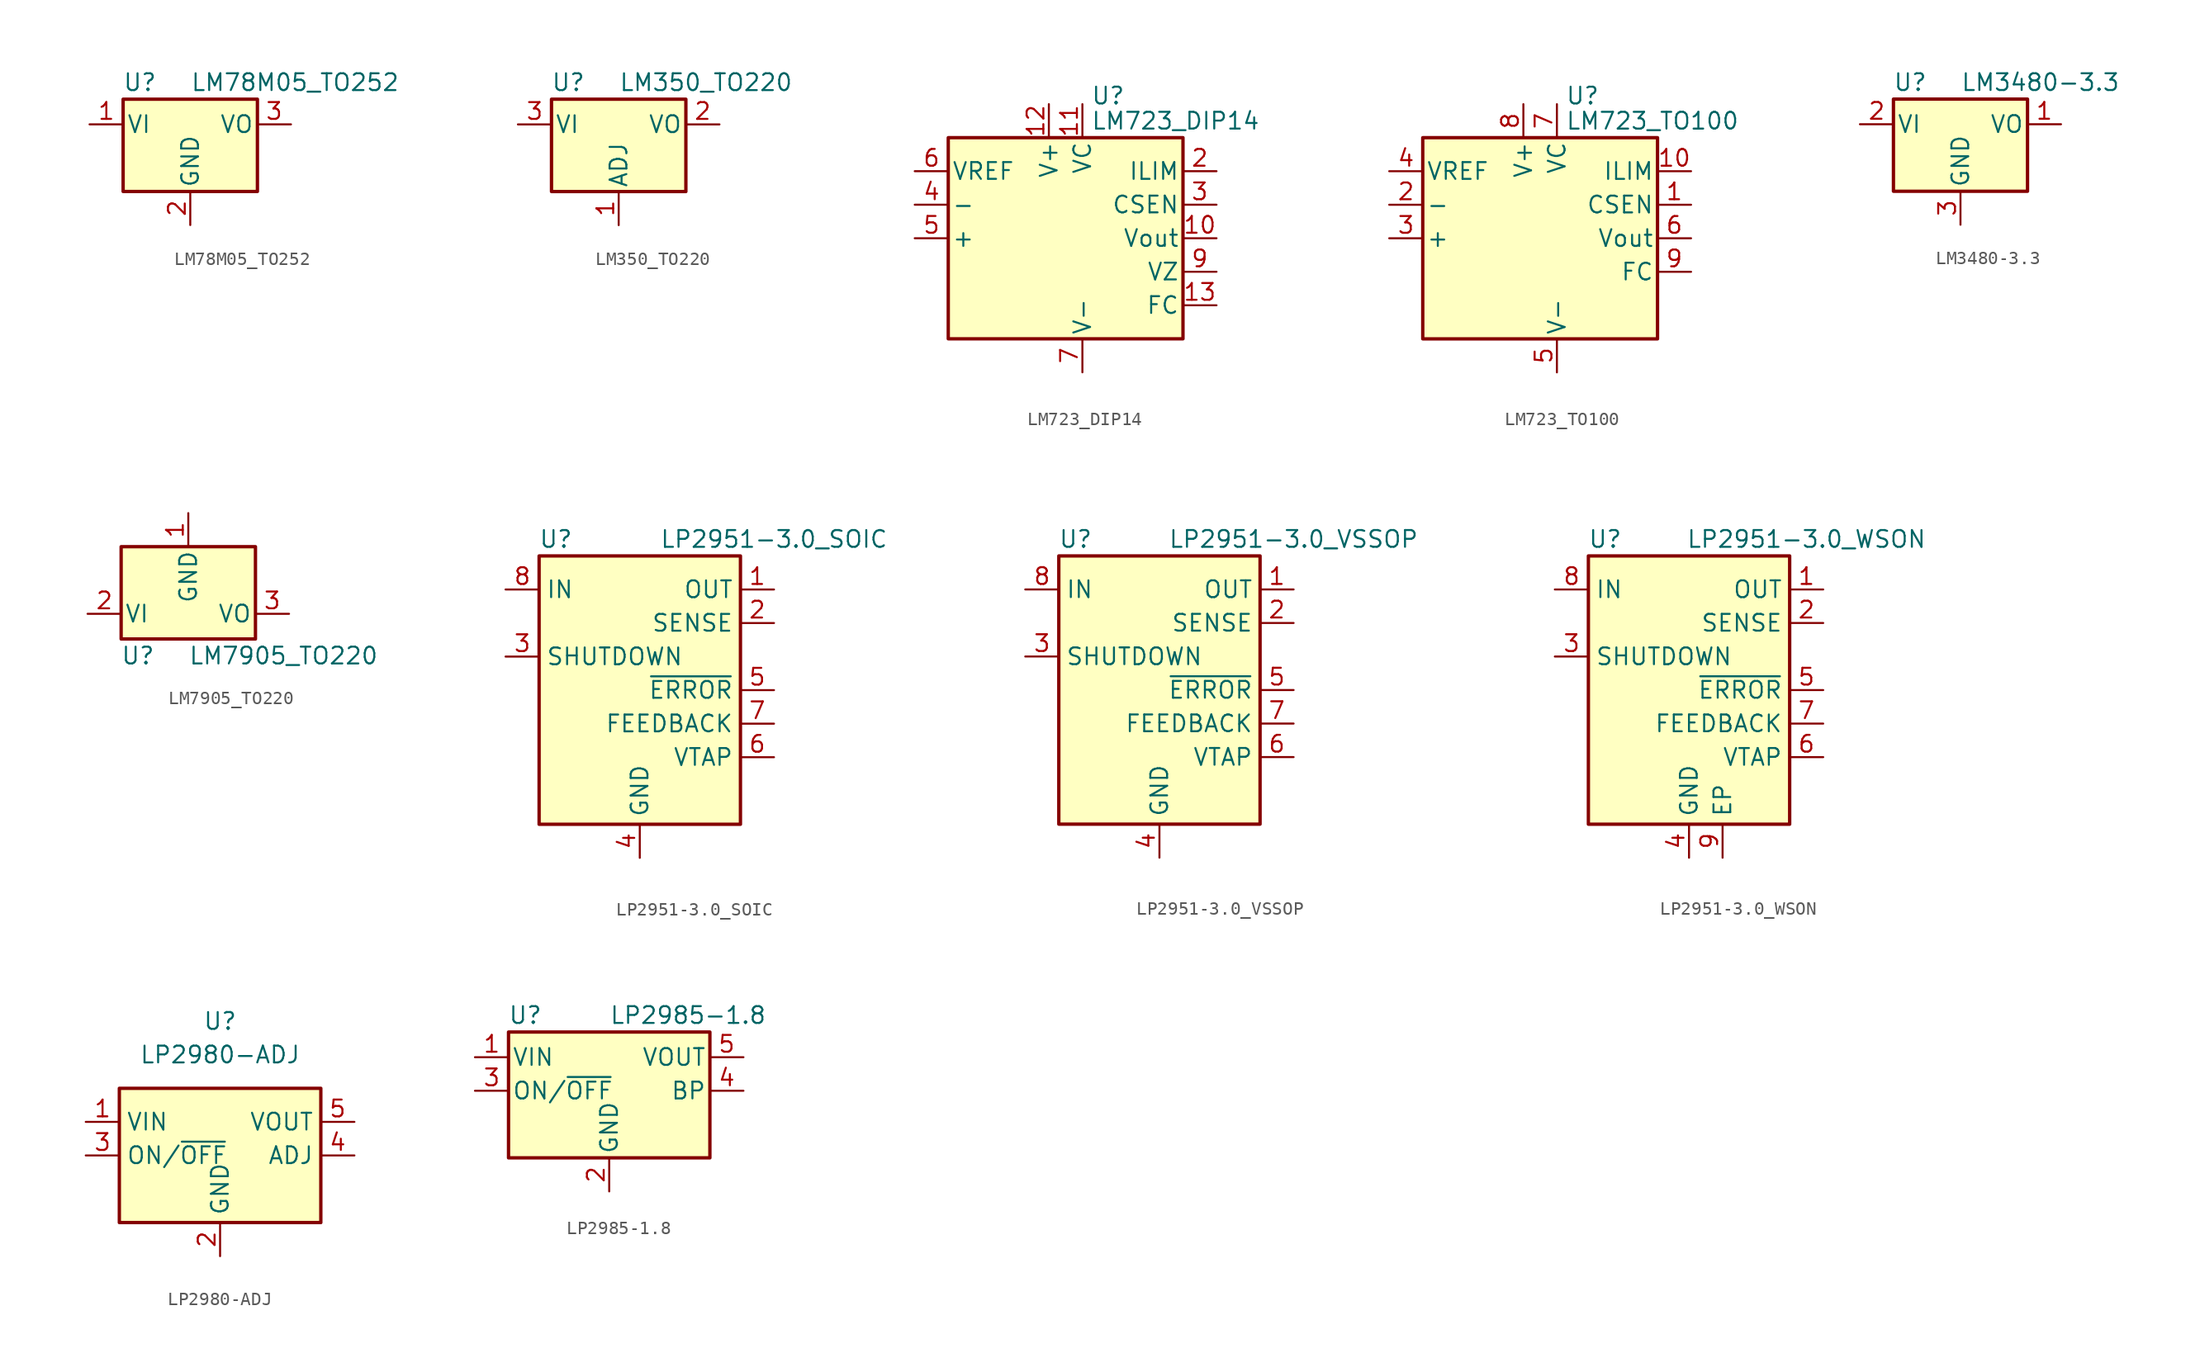
<source format=kicad_sym>
(kicad_symbol_lib
  (version 20211014)
  (generator kicad_symbol_editor)
  (symbol "LM78M05_TO252"
    (pin_names
      (offset 0.254))
    (property "Reference" "U"
      (at -3.81 3.175 0)
      (effects (font (size 1.27 1.27))))
    (property "Value" "LM78M05_TO252"
      (at 0 3.175 0)
      (effects (font (size 1.27 1.27)) (justify left)))
    (symbol "LM78M05_TO252_0_1"
      (rectangle (start -5.08 1.905) (end 5.08 -5.08) (stroke (width 0.254) (type default) (color 0 0 0 0)) (fill (type background))))
    (symbol "LM78M05_TO252_1_1"
      (pin power_in line (at -7.62 0 0) (length 2.54) (name "VI" (effects (font (size 1.27 1.27)))) (number "1" (effects (font (size 1.27 1.27)))))
      (pin power_in line (at 0 -7.62 90) (length 2.54) (name "GND" (effects (font (size 1.27 1.27)))) (number "2" (effects (font (size 1.27 1.27)))))
      (pin power_out line (at 7.62 0 180) (length 2.54) (name "VO" (effects (font (size 1.27 1.27)))) (number "3" (effects (font (size 1.27 1.27)))))))
  (symbol "LM350_TO220"
    (pin_names
      (offset 0.254))
    (property "Reference" "U"
      (at -3.81 3.175 0)
      (effects (font (size 1.27 1.27))))
    (property "Value" "LM350_TO220"
      (at 0 3.175 0)
      (effects (font (size 1.27 1.27)) (justify left)))
    (symbol "LM350_TO220_0_1"
      (rectangle (start -5.08 1.905) (end 5.08 -5.08) (stroke (width 0.254) (type default) (color 0 0 0 0)) (fill (type background))))
    (symbol "LM350_TO220_1_1"
      (pin input line (at 0 -7.62 90) (length 2.54) (name "ADJ" (effects (font (size 1.27 1.27)))) (number "1" (effects (font (size 1.27 1.27)))))
      (pin power_out line (at 7.62 0 180) (length 2.54) (name "VO" (effects (font (size 1.27 1.27)))) (number "2" (effects (font (size 1.27 1.27)))))
      (pin power_in line (at -7.62 0 0) (length 2.54) (name "VI" (effects (font (size 1.27 1.27)))) (number "3" (effects (font (size 1.27 1.27)))))))
  (symbol "LM723_DIP14"
    (pin_names
      (offset 0.254))
    (property "Reference" "U"
      (at 0.635 10.795 0)
      (effects (font (size 1.27 1.27)) (justify left)))
    (property "Value" "LM723_DIP14"
      (at 0.635 8.89 0)
      (effects (font (size 1.27 1.27)) (justify left)))
    (symbol "LM723_DIP14_0_1"
      (rectangle (start -10.16 -7.62) (end 7.62 7.62) (stroke (width 0.254) (type default) (color 0 0 0 0)) (fill (type background))))
    (symbol "LM723_DIP14_1_1"
      (pin no_connect line (at -12.7 -5.08 0) (length 2.54) hide (name "NC" (effects (font (size 1.27 1.27)))) (number "1" (effects (font (size 1.27 1.27)))))
      (pin power_out line (at 10.16 0 180) (length 2.54) (name "Vout" (effects (font (size 1.27 1.27)))) (number "10" (effects (font (size 1.27 1.27)))))
      (pin power_in line (at 0 10.16 270) (length 2.54) (name "VC" (effects (font (size 1.27 1.27)))) (number "11" (effects (font (size 1.27 1.27)))))
      (pin power_in line (at -2.54 10.16 270) (length 2.54) (name "V+" (effects (font (size 1.27 1.27)))) (number "12" (effects (font (size 1.27 1.27)))))
      (pin input line (at 10.16 -5.08 180) (length 2.54) (name "FC" (effects (font (size 1.27 1.27)))) (number "13" (effects (font (size 1.27 1.27)))))
      (pin no_connect line (at -2.54 -10.16 90) (length 2.54) hide (name "NC" (effects (font (size 1.27 1.27)))) (number "14" (effects (font (size 1.27 1.27)))))
      (pin input line (at 10.16 5.08 180) (length 2.54) (name "ILIM" (effects (font (size 1.27 1.27)))) (number "2" (effects (font (size 1.27 1.27)))))
      (pin input line (at 10.16 2.54 180) (length 2.54) (name "CSEN" (effects (font (size 1.27 1.27)))) (number "3" (effects (font (size 1.27 1.27)))))
      (pin input line (at -12.7 2.54 0) (length 2.54) (name "-" (effects (font (size 1.27 1.27)))) (number "4" (effects (font (size 1.27 1.27)))))
      (pin input line (at -12.7 0 0) (length 2.54) (name "+" (effects (font (size 1.27 1.27)))) (number "5" (effects (font (size 1.27 1.27)))))
      (pin power_out line (at -12.7 5.08 0) (length 2.54) (name "VREF" (effects (font (size 1.27 1.27)))) (number "6" (effects (font (size 1.27 1.27)))))
      (pin power_in line (at 0 -10.16 90) (length 2.54) (name "V-" (effects (font (size 1.27 1.27)))) (number "7" (effects (font (size 1.27 1.27)))))
      (pin no_connect line (at -12.7 -2.54 0) (length 2.54) hide (name "NC" (effects (font (size 1.27 1.27)))) (number "8" (effects (font (size 1.27 1.27)))))
      (pin input line (at 10.16 -2.54 180) (length 2.54) (name "VZ" (effects (font (size 1.27 1.27)))) (number "9" (effects (font (size 1.27 1.27)))))))
  (symbol "LM723_TO100"
    (pin_names
      (offset 0.254))
    (property "Reference" "U"
      (at 0.635 10.795 0)
      (effects (font (size 1.27 1.27)) (justify left)))
    (property "Value" "LM723_TO100"
      (at 0.635 8.89 0)
      (effects (font (size 1.27 1.27)) (justify left)))
    (symbol "LM723_TO100_0_1"
      (rectangle (start -10.16 -7.62) (end 7.62 7.62) (stroke (width 0.254) (type default) (color 0 0 0 0)) (fill (type background))))
    (symbol "LM723_TO100_1_1"
      (pin input line (at 10.16 2.54 180) (length 2.54) (name "CSEN" (effects (font (size 1.27 1.27)))) (number "1" (effects (font (size 1.27 1.27)))))
      (pin input line (at 10.16 5.08 180) (length 2.54) (name "ILIM" (effects (font (size 1.27 1.27)))) (number "10" (effects (font (size 1.27 1.27)))))
      (pin input line (at -12.7 2.54 0) (length 2.54) (name "-" (effects (font (size 1.27 1.27)))) (number "2" (effects (font (size 1.27 1.27)))))
      (pin input line (at -12.7 0 0) (length 2.54) (name "+" (effects (font (size 1.27 1.27)))) (number "3" (effects (font (size 1.27 1.27)))))
      (pin power_out line (at -12.7 5.08 0) (length 2.54) (name "VREF" (effects (font (size 1.27 1.27)))) (number "4" (effects (font (size 1.27 1.27)))))
      (pin power_in line (at 0 -10.16 90) (length 2.54) (name "V-" (effects (font (size 1.27 1.27)))) (number "5" (effects (font (size 1.27 1.27)))))
      (pin power_out line (at 10.16 0 180) (length 2.54) (name "Vout" (effects (font (size 1.27 1.27)))) (number "6" (effects (font (size 1.27 1.27)))))
      (pin power_in line (at 0 10.16 270) (length 2.54) (name "VC" (effects (font (size 1.27 1.27)))) (number "7" (effects (font (size 1.27 1.27)))))
      (pin power_in line (at -2.54 10.16 270) (length 2.54) (name "V+" (effects (font (size 1.27 1.27)))) (number "8" (effects (font (size 1.27 1.27)))))
      (pin input line (at 10.16 -2.54 180) (length 2.54) (name "FC" (effects (font (size 1.27 1.27)))) (number "9" (effects (font (size 1.27 1.27)))))))
  (symbol "LM3480-3.3"
    (pin_names
      (offset 0.254))
    (property "Reference" "U"
      (at -3.81 3.175 0)
      (effects (font (size 1.27 1.27))))
    (property "Value" "LM3480-3.3"
      (at 0 3.175 0)
      (effects (font (size 1.27 1.27)) (justify left)))
    (symbol "LM3480-3.3_0_1"
      (rectangle (start -5.08 1.905) (end 5.08 -5.08) (stroke (width 0.254) (type default) (color 0 0 0 0)) (fill (type background))))
    (symbol "LM3480-3.3_1_1"
      (pin power_out line (at 7.62 0 180) (length 2.54) (name "VO" (effects (font (size 1.27 1.27)))) (number "1" (effects (font (size 1.27 1.27)))))
      (pin power_in line (at -7.62 0 0) (length 2.54) (name "VI" (effects (font (size 1.27 1.27)))) (number "2" (effects (font (size 1.27 1.27)))))
      (pin power_in line (at 0 -7.62 90) (length 2.54) (name "GND" (effects (font (size 1.27 1.27)))) (number "3" (effects (font (size 1.27 1.27)))))))
  (symbol "LM7905_TO220"
    (pin_names
      (offset 0.254))
    (property "Reference" "U"
      (at -3.81 -3.175 0)
      (effects (font (size 1.27 1.27))))
    (property "Value" "LM7905_TO220"
      (at 0 -3.175 0)
      (effects (font (size 1.27 1.27)) (justify left)))
    (symbol "LM7905_TO220_0_1"
      (rectangle (start -5.08 5.08) (end 5.08 -1.905) (stroke (width 0.254) (type default) (color 0 0 0 0)) (fill (type background))))
    (symbol "LM7905_TO220_1_1"
      (pin power_in line (at 0 7.62 270) (length 2.54) (name "GND" (effects (font (size 1.27 1.27)))) (number "1" (effects (font (size 1.27 1.27)))))
      (pin power_in line (at -7.62 0 0) (length 2.54) (name "VI" (effects (font (size 1.27 1.27)))) (number "2" (effects (font (size 1.27 1.27)))))
      (pin power_out line (at 7.62 0 180) (length 2.54) (name "VO" (effects (font (size 1.27 1.27)))) (number "3" (effects (font (size 1.27 1.27)))))))
  (symbol "LP2951-3.0_SOIC"
    (property "Reference" "U"
      (at -6.35 11.43 0)
      (effects (font (size 1.27 1.27))))
    (property "Value" "LP2951-3.0_SOIC"
      (at 10.16 11.43 0)
      (effects (font (size 1.27 1.27))))
    (symbol "LP2951-3.0_SOIC_0_1"
      (rectangle (start -7.62 10.16) (end 7.62 -10.16) (stroke (width 0.254) (type default) (color 0 0 0 0)) (fill (type background))))
    (symbol "LP2951-3.0_SOIC_1_1"
      (pin power_out line (at 10.16 7.62 180) (length 2.54) (name "OUT" (effects (font (size 1.27 1.27)))) (number "1" (effects (font (size 1.27 1.27)))))
      (pin passive line (at 10.16 5.08 180) (length 2.54) (name "SENSE" (effects (font (size 1.27 1.27)))) (number "2" (effects (font (size 1.27 1.27)))))
      (pin input line (at -10.16 2.54 0) (length 2.54) (name "SHUTDOWN" (effects (font (size 1.27 1.27)))) (number "3" (effects (font (size 1.27 1.27)))))
      (pin power_in line (at 0 -12.7 90) (length 2.54) (name "GND" (effects (font (size 1.27 1.27)))) (number "4" (effects (font (size 1.27 1.27)))))
      (pin open_collector line (at 10.16 0 180) (length 2.54) (name "~{ERROR}" (effects (font (size 1.27 1.27)))) (number "5" (effects (font (size 1.27 1.27)))))
      (pin input line (at 10.16 -5.08 180) (length 2.54) (name "VTAP" (effects (font (size 1.27 1.27)))) (number "6" (effects (font (size 1.27 1.27)))))
      (pin input line (at 10.16 -2.54 180) (length 2.54) (name "FEEDBACK" (effects (font (size 1.27 1.27)))) (number "7" (effects (font (size 1.27 1.27)))))
      (pin power_in line (at -10.16 7.62 0) (length 2.54) (name "IN" (effects (font (size 1.27 1.27)))) (number "8" (effects (font (size 1.27 1.27)))))))
  (symbol "LP2951-3.0_VSSOP"
    (property "Reference" "U"
      (at -6.35 11.43 0)
      (effects (font (size 1.27 1.27))))
    (property "Value" "LP2951-3.0_VSSOP"
      (at 10.16 11.43 0)
      (effects (font (size 1.27 1.27))))
    (symbol "LP2951-3.0_VSSOP_0_1"
      (rectangle (start -7.62 10.16) (end 7.62 -10.16) (stroke (width 0.254) (type default) (color 0 0 0 0)) (fill (type background))))
    (symbol "LP2951-3.0_VSSOP_1_1"
      (pin power_out line (at 10.16 7.62 180) (length 2.54) (name "OUT" (effects (font (size 1.27 1.27)))) (number "1" (effects (font (size 1.27 1.27)))))
      (pin passive line (at 10.16 5.08 180) (length 2.54) (name "SENSE" (effects (font (size 1.27 1.27)))) (number "2" (effects (font (size 1.27 1.27)))))
      (pin input line (at -10.16 2.54 0) (length 2.54) (name "SHUTDOWN" (effects (font (size 1.27 1.27)))) (number "3" (effects (font (size 1.27 1.27)))))
      (pin power_in line (at 0 -12.7 90) (length 2.54) (name "GND" (effects (font (size 1.27 1.27)))) (number "4" (effects (font (size 1.27 1.27)))))
      (pin open_collector line (at 10.16 0 180) (length 2.54) (name "~{ERROR}" (effects (font (size 1.27 1.27)))) (number "5" (effects (font (size 1.27 1.27)))))
      (pin input line (at 10.16 -5.08 180) (length 2.54) (name "VTAP" (effects (font (size 1.27 1.27)))) (number "6" (effects (font (size 1.27 1.27)))))
      (pin input line (at 10.16 -2.54 180) (length 2.54) (name "FEEDBACK" (effects (font (size 1.27 1.27)))) (number "7" (effects (font (size 1.27 1.27)))))
      (pin power_in line (at -10.16 7.62 0) (length 2.54) (name "IN" (effects (font (size 1.27 1.27)))) (number "8" (effects (font (size 1.27 1.27)))))))
  (symbol "LP2951-3.0_WSON"
    (property "Reference" "U"
      (at -6.35 11.43 0)
      (effects (font (size 1.27 1.27))))
    (property "Value" "LP2951-3.0_WSON"
      (at 8.89 11.43 0)
      (effects (font (size 1.27 1.27))))
    (symbol "LP2951-3.0_WSON_0_1"
      (rectangle (start -7.62 10.16) (end 7.62 -10.16) (stroke (width 0.254) (type default) (color 0 0 0 0)) (fill (type background))))
    (symbol "LP2951-3.0_WSON_1_1"
      (pin power_out line (at 10.16 7.62 180) (length 2.54) (name "OUT" (effects (font (size 1.27 1.27)))) (number "1" (effects (font (size 1.27 1.27)))))
      (pin passive line (at 10.16 5.08 180) (length 2.54) (name "SENSE" (effects (font (size 1.27 1.27)))) (number "2" (effects (font (size 1.27 1.27)))))
      (pin input line (at -10.16 2.54 0) (length 2.54) (name "SHUTDOWN" (effects (font (size 1.27 1.27)))) (number "3" (effects (font (size 1.27 1.27)))))
      (pin power_in line (at 0 -12.7 90) (length 2.54) (name "GND" (effects (font (size 1.27 1.27)))) (number "4" (effects (font (size 1.27 1.27)))))
      (pin open_collector line (at 10.16 0 180) (length 2.54) (name "~{ERROR}" (effects (font (size 1.27 1.27)))) (number "5" (effects (font (size 1.27 1.27)))))
      (pin input line (at 10.16 -5.08 180) (length 2.54) (name "VTAP" (effects (font (size 1.27 1.27)))) (number "6" (effects (font (size 1.27 1.27)))))
      (pin input line (at 10.16 -2.54 180) (length 2.54) (name "FEEDBACK" (effects (font (size 1.27 1.27)))) (number "7" (effects (font (size 1.27 1.27)))))
      (pin power_in line (at -10.16 7.62 0) (length 2.54) (name "IN" (effects (font (size 1.27 1.27)))) (number "8" (effects (font (size 1.27 1.27)))))
      (pin passive line (at 2.54 -12.7 90) (length 2.54) (name "EP" (effects (font (size 1.27 1.27)))) (number "9" (effects (font (size 1.27 1.27)))))))
  (symbol "LP2980-ADJ"
    (property "Reference" "U"
      (at 0 10.16 0)
      (effects (font (size 1.27 1.27))))
    (property "Value" "LP2980-ADJ"
      (at 0 7.62 0)
      (effects (font (size 1.27 1.27))))
    (symbol "LP2980-ADJ_0_1"
      (rectangle (start -7.62 5.08) (end 7.62 -5.08) (stroke (width 0.254) (type default) (color 0 0 0 0)) (fill (type background))))
    (symbol "LP2980-ADJ_1_1"
      (pin power_in line (at -10.16 2.54 0) (length 2.54) (name "VIN" (effects (font (size 1.27 1.27)))) (number "1" (effects (font (size 1.27 1.27)))))
      (pin power_in line (at 0 -7.62 90) (length 2.54) (name "GND" (effects (font (size 1.27 1.27)))) (number "2" (effects (font (size 1.27 1.27)))))
      (pin input line (at -10.16 0 0) (length 2.54) (name "ON/~{OFF}" (effects (font (size 1.27 1.27)))) (number "3" (effects (font (size 1.27 1.27)))))
      (pin input line (at 10.16 0 180) (length 2.54) (name "ADJ" (effects (font (size 1.27 1.27)))) (number "4" (effects (font (size 1.27 1.27)))))
      (pin power_out line (at 10.16 2.54 180) (length 2.54) (name "VOUT" (effects (font (size 1.27 1.27)))) (number "5" (effects (font (size 1.27 1.27)))))))
  (symbol "LP2985-1.8"
    (pin_names
      (offset 0.254))
    (property "Reference" "U"
      (at -6.35 5.715 0)
      (effects (font (size 1.27 1.27))))
    (property "Value" "LP2985-1.8"
      (at 0 5.715 0)
      (effects (font (size 1.27 1.27)) (justify left)))
    (symbol "LP2985-1.8_0_1"
      (rectangle (start -7.62 -5.08) (end 7.62 4.445) (stroke (width 0.254) (type default) (color 0 0 0 0)) (fill (type background))))
    (symbol "LP2985-1.8_1_1"
      (pin power_in line (at -10.16 2.54 0) (length 2.54) (name "VIN" (effects (font (size 1.27 1.27)))) (number "1" (effects (font (size 1.27 1.27)))))
      (pin power_in line (at 0 -7.62 90) (length 2.54) (name "GND" (effects (font (size 1.27 1.27)))) (number "2" (effects (font (size 1.27 1.27)))))
      (pin input line (at -10.16 0 0) (length 2.54) (name "ON/~{OFF}" (effects (font (size 1.27 1.27)))) (number "3" (effects (font (size 1.27 1.27)))))
      (pin input line (at 10.16 0 180) (length 2.54) (name "BP" (effects (font (size 1.27 1.27)))) (number "4" (effects (font (size 1.27 1.27)))))
      (pin power_out line (at 10.16 2.54 180) (length 2.54) (name "VOUT" (effects (font (size 1.27 1.27)))) (number "5" (effects (font (size 1.27 1.27))))))))
</source>
